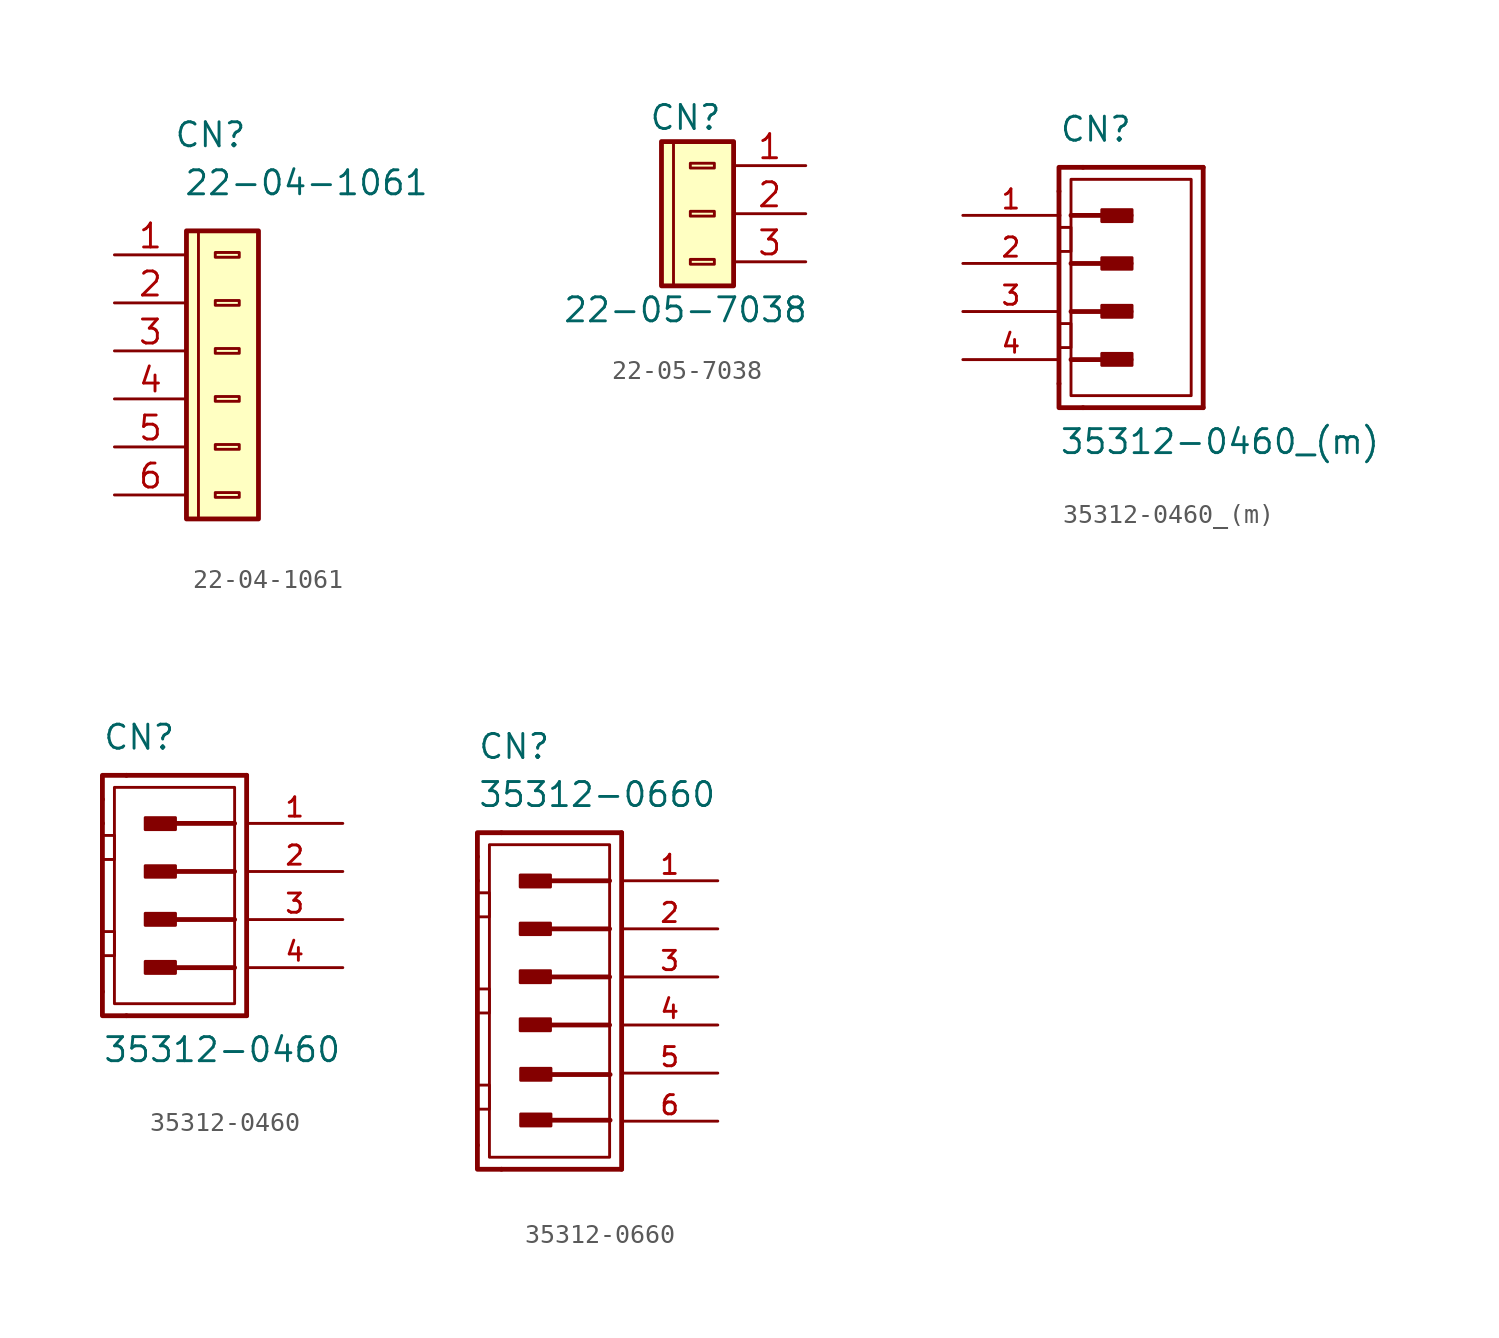
<source format=kicad_sym>
(kicad_symbol_lib
  (version 20231120)
  (generator "kicad_symbol_editor")
  (generator_version "8.0")
  (symbol "22-04-1061"
    (pin_names
      (offset 1.016) hide)
    (property "Reference" "CN"
      (at 0 8.89 0)
      (effects (font (size 1.27 1.27))))
    (property "Value" "22-04-1061"
      (at 5.08 6.35 0)
      (effects (font (size 1.27 1.27))))
    (symbol "22-04-1061_0_1"
      (polyline (pts (xy -0.635 3.81) (xy -0.635 -11.303)) (stroke (width 0) (type default)) (fill (type none))))
    (symbol "22-04-1061_1_1"
      (rectangle (start -1.27 3.81) (end 2.54 -11.43) (stroke (width 0.254) (type default)) (fill (type background)))
      (rectangle (start 0.254 -10.033) (end 1.524 -10.287) (stroke (width 0.152) (type default)) (fill (type none)))
      (rectangle (start 0.254 -7.493) (end 1.524 -7.747) (stroke (width 0.152) (type default)) (fill (type none)))
      (rectangle (start 0.254 -4.953) (end 1.524 -5.207) (stroke (width 0.152) (type default)) (fill (type none)))
      (rectangle (start 0.254 -2.413) (end 1.524 -2.667) (stroke (width 0.152) (type default)) (fill (type none)))
      (rectangle (start 0.254 0.127) (end 1.524 -0.127) (stroke (width 0.152) (type default)) (fill (type none)))
      (rectangle (start 0.254 2.667) (end 1.524 2.413) (stroke (width 0.152) (type default)) (fill (type none)))
      (pin passive line (at -5.08 2.54 0) (length 3.81) (name "1" (effects (font (size 1.27 1.27)))) (number "1" (effects (font (size 1.27 1.27)))))
      (pin passive line (at -5.08 0 0) (length 3.81) (name "2" (effects (font (size 1.27 1.27)))) (number "2" (effects (font (size 1.27 1.27)))))
      (pin passive line (at -5.08 -2.54 0) (length 3.81) (name "3" (effects (font (size 1.27 1.27)))) (number "3" (effects (font (size 1.27 1.27)))))
      (pin passive line (at -5.08 -5.08 0) (length 3.81) (name "4" (effects (font (size 1.27 1.27)))) (number "4" (effects (font (size 1.27 1.27)))))
      (pin passive line (at -5.08 -7.62 0) (length 3.81) (name "5" (effects (font (size 1.27 1.27)))) (number "5" (effects (font (size 1.27 1.27)))))
      (pin passive line (at -5.08 -10.16 0) (length 3.81) (name "6" (effects (font (size 1.27 1.27)))) (number "6" (effects (font (size 1.27 1.27)))))))
  (symbol "22-05-7038"
    (pin_names
      (offset 1.016) hide)
    (property "Reference" "CN"
      (at 0 5.08 0)
      (effects (font (size 1.27 1.27))))
    (property "Value" "22-05-7038"
      (at 0 -5.08 0)
      (effects (font (size 1.27 1.27))))
    (symbol "22-05-7038_0_1"
      (polyline (pts (xy -0.635 3.81) (xy -0.635 -3.81)) (stroke (width 0) (type default)) (fill (type none))))
    (symbol "22-05-7038_1_1"
      (rectangle (start -1.27 3.81) (end 2.54 -3.81) (stroke (width 0.254) (type default)) (fill (type background)))
      (rectangle (start 0.254 -2.413) (end 1.524 -2.667) (stroke (width 0.152) (type default)) (fill (type none)))
      (rectangle (start 0.254 0.127) (end 1.524 -0.127) (stroke (width 0.152) (type default)) (fill (type none)))
      (rectangle (start 0.254 2.667) (end 1.524 2.413) (stroke (width 0.152) (type default)) (fill (type none)))
      (pin passive line (at 6.35 2.54 180) (length 3.81) (name "Pin_1" (effects (font (size 1.27 1.27)))) (number "1" (effects (font (size 1.27 1.27)))))
      (pin passive line (at 6.35 0 180) (length 3.81) (name "Pin_2" (effects (font (size 1.27 1.27)))) (number "2" (effects (font (size 1.27 1.27)))))
      (pin passive line (at 6.35 -2.54 180) (length 3.81) (name "Pin_3" (effects (font (size 1.27 1.27)))) (number "3" (effects (font (size 1.27 1.27)))))))
  (symbol "35312-0460_(m)"
    (pin_names
      (offset 1.016) hide)
    (property "Reference" "CN"
      (at 0 6.35 0)
      (effects (font (size 1.27 1.27)) (justify left bottom)))
    (property "Value" "35312-0460_(m)"
      (at 0 -10.16 0)
      (effects (font (size 1.27 1.27)) (justify left bottom)))
    (symbol "35312-0460_(m)_0_0"
      (polyline (pts (xy 0 2.54) (xy 0 -6.35)) (stroke (width 0.254) (type default)) (fill (type none)))
      (polyline (pts (xy 0 3.81) (xy 0 2.54)) (stroke (width 0.254) (type default)) (fill (type none)))
      (polyline (pts (xy 0.635 -5.08) (xy 3.81 -5.08)) (stroke (width 0.254) (type default)) (fill (type none)))
      (polyline (pts (xy 0.635 -2.54) (xy 3.81 -2.54)) (stroke (width 0.254) (type default)) (fill (type none)))
      (polyline (pts (xy 0.635 0) (xy 3.81 0)) (stroke (width 0.254) (type default)) (fill (type none)))
      (polyline (pts (xy 0.635 2.54) (xy 3.81 2.54)) (stroke (width 0.254) (type default)) (fill (type none)))
      (polyline (pts (xy 1.27 -7.62) (xy 7.62 -7.62)) (stroke (width 0.254) (type default)) (fill (type none)))
      (polyline (pts (xy 7.62 -7.62) (xy 7.62 5.08)) (stroke (width 0.254) (type default)) (fill (type none)))
      (polyline (pts (xy 7.62 5.08) (xy 1.27 5.08)) (stroke (width 0.254) (type default)) (fill (type none)))
      (polyline (pts (xy 0 -6.35) (xy 0 -7.62) (xy 1.27 -7.62)) (stroke (width 0.254) (type default)) (fill (type none)))
      (polyline (pts (xy 0 3.81) (xy 0 5.08) (xy 1.27 5.08)) (stroke (width 0.254) (type default)) (fill (type none)))
      (rectangle (start 2.261 -5.385) (end 3.861 -4.75) (stroke (width 0) (type default)) (fill (type outline)))
      (rectangle (start 2.261 -2.845) (end 3.861 -2.21) (stroke (width 0) (type default)) (fill (type outline)))
      (rectangle (start 2.261 -0.305) (end 3.861 0.305) (stroke (width 0) (type default)) (fill (type outline)))
      (rectangle (start 2.261 2.21) (end 3.861 2.845) (stroke (width 0) (type default)) (fill (type outline)))
      (pin passive line (at -5.08 0 0) (length 5.08) (name "2" (effects (font (size 1.016 1.016)))) (number "2" (effects (font (size 1.016 1.016)))))
      (pin passive line (at -5.08 -5.08 0) (length 5.08) (name "4" (effects (font (size 1.016 1.016)))) (number "4" (effects (font (size 1.016 1.016))))))
    (symbol "35312-0460_(m)_0_1"
      (rectangle (start 0 -3.175) (end 0.635 -4.445) (stroke (width 0) (type default)) (fill (type none)))
      (rectangle (start 0 1.905) (end 0.635 0.635) (stroke (width 0) (type default)) (fill (type none)))
      (rectangle (start 0.635 4.445) (end 6.985 -6.985) (stroke (width 0) (type default)) (fill (type none))))
    (symbol "35312-0460_(m)_1_0"
      (pin passive line (at -5.08 2.54 0) (length 5.08) (name "1" (effects (font (size 1.016 1.016)))) (number "1" (effects (font (size 1.016 1.016)))))
      (pin passive line (at -5.08 -2.54 0) (length 5.08) (name "3" (effects (font (size 1.016 1.016)))) (number "3" (effects (font (size 1.016 1.016)))))))
  (symbol "35312-0460"
    (pin_names
      (offset 1.016) hide)
    (property "Reference" "CN"
      (at 0 6.35 0)
      (effects (font (size 1.27 1.27)) (justify left bottom)))
    (property "Value" "35312-0460"
      (at 0 -10.16 0)
      (effects (font (size 1.27 1.27)) (justify left bottom)))
    (symbol "35312-0460_0_0"
      (polyline (pts (xy 0 2.54) (xy 0 -6.35)) (stroke (width 0.254) (type default)) (fill (type none)))
      (polyline (pts (xy 0 3.81) (xy 0 2.54)) (stroke (width 0.254) (type default)) (fill (type none)))
      (polyline (pts (xy 1.27 -7.62) (xy 7.62 -7.62)) (stroke (width 0.254) (type default)) (fill (type none)))
      (polyline (pts (xy 3.81 -5.08) (xy 6.985 -5.08)) (stroke (width 0.254) (type default)) (fill (type none)))
      (polyline (pts (xy 3.81 -2.54) (xy 6.985 -2.54)) (stroke (width 0.254) (type default)) (fill (type none)))
      (polyline (pts (xy 3.81 0) (xy 6.985 0)) (stroke (width 0.254) (type default)) (fill (type none)))
      (polyline (pts (xy 3.81 2.54) (xy 6.985 2.54)) (stroke (width 0.254) (type default)) (fill (type none)))
      (polyline (pts (xy 7.62 -7.62) (xy 7.62 5.08)) (stroke (width 0.254) (type default)) (fill (type none)))
      (polyline (pts (xy 7.62 5.08) (xy 1.27 5.08)) (stroke (width 0.254) (type default)) (fill (type none)))
      (polyline (pts (xy 0 -6.35) (xy 0 -7.62) (xy 1.27 -7.62)) (stroke (width 0.254) (type default)) (fill (type none)))
      (polyline (pts (xy 0 3.81) (xy 0 5.08) (xy 1.27 5.08)) (stroke (width 0.254) (type default)) (fill (type none)))
      (rectangle (start 2.261 -5.385) (end 3.861 -4.75) (stroke (width 0) (type default)) (fill (type outline)))
      (rectangle (start 2.261 -2.845) (end 3.861 -2.21) (stroke (width 0) (type default)) (fill (type outline)))
      (rectangle (start 2.261 -0.305) (end 3.861 0.305) (stroke (width 0) (type default)) (fill (type outline)))
      (rectangle (start 2.261 2.21) (end 3.861 2.845) (stroke (width 0) (type default)) (fill (type outline)))
      (pin passive line (at 12.7 0 180) (length 5.08) (name "2" (effects (font (size 1.016 1.016)))) (number "2" (effects (font (size 1.016 1.016)))))
      (pin passive line (at 12.7 -5.08 180) (length 5.08) (name "4" (effects (font (size 1.016 1.016)))) (number "4" (effects (font (size 1.016 1.016))))))
    (symbol "35312-0460_0_1"
      (rectangle (start 0 -3.175) (end 0.635 -4.445) (stroke (width 0) (type default)) (fill (type none)))
      (rectangle (start 0 1.905) (end 0.635 0.635) (stroke (width 0) (type default)) (fill (type none)))
      (rectangle (start 0.635 4.445) (end 6.985 -6.985) (stroke (width 0) (type default)) (fill (type none))))
    (symbol "35312-0460_1_0"
      (pin passive line (at 12.7 2.54 180) (length 5.08) (name "1" (effects (font (size 1.016 1.016)))) (number "1" (effects (font (size 1.016 1.016)))))
      (pin passive line (at 12.7 -2.54 180) (length 5.08) (name "3" (effects (font (size 1.016 1.016)))) (number "3" (effects (font (size 1.016 1.016)))))))
  (symbol "35312-0660"
    (pin_names
      (offset 1.016) hide)
    (property "Reference" "CN"
      (at 0 8.89 0)
      (effects (font (size 1.27 1.27)) (justify left bottom)))
    (property "Value" "35312-0660"
      (at 0 6.35 0)
      (effects (font (size 1.27 1.27)) (justify left bottom)))
    (symbol "35312-0660_0_0"
      (polyline (pts (xy 0 2.54) (xy 0 -11.43)) (stroke (width 0.254) (type default)) (fill (type none)))
      (polyline (pts (xy 0 3.81) (xy 0 2.54)) (stroke (width 0.254) (type default)) (fill (type none)))
      (polyline (pts (xy 1.27 -12.7) (xy 7.62 -12.7)) (stroke (width 0.254) (type default)) (fill (type none)))
      (polyline (pts (xy 3.81 -5.08) (xy 6.985 -5.08)) (stroke (width 0.254) (type default)) (fill (type none)))
      (polyline (pts (xy 3.81 -2.54) (xy 6.985 -2.54)) (stroke (width 0.254) (type default)) (fill (type none)))
      (polyline (pts (xy 3.81 0) (xy 6.985 0)) (stroke (width 0.254) (type default)) (fill (type none)))
      (polyline (pts (xy 3.81 2.54) (xy 6.985 2.54)) (stroke (width 0.254) (type default)) (fill (type none)))
      (polyline (pts (xy 3.835 -10.109) (xy 7.01 -10.109)) (stroke (width 0.254) (type default)) (fill (type none)))
      (polyline (pts (xy 3.835 -7.696) (xy 7.01 -7.696)) (stroke (width 0.254) (type default)) (fill (type none)))
      (polyline (pts (xy 7.62 -12.7) (xy 7.62 5.08)) (stroke (width 0.254) (type default)) (fill (type none)))
      (polyline (pts (xy 7.62 5.08) (xy 1.27 5.08)) (stroke (width 0.254) (type default)) (fill (type none)))
      (polyline (pts (xy 0 -11.43) (xy 0 -12.7) (xy 1.27 -12.7)) (stroke (width 0.254) (type default)) (fill (type none)))
      (polyline (pts (xy 0 3.81) (xy 0 5.08) (xy 1.27 5.08)) (stroke (width 0.254) (type default)) (fill (type none)))
      (rectangle (start 2.261 -5.385) (end 3.861 -4.75) (stroke (width 0) (type default)) (fill (type outline)))
      (rectangle (start 2.261 -2.845) (end 3.861 -2.21) (stroke (width 0) (type default)) (fill (type outline)))
      (rectangle (start 2.261 -0.305) (end 3.861 0.305) (stroke (width 0) (type default)) (fill (type outline)))
      (rectangle (start 2.261 2.21) (end 3.861 2.845) (stroke (width 0) (type default)) (fill (type outline)))
      (rectangle (start 2.286 -10.414) (end 3.886 -9.779) (stroke (width 0) (type default)) (fill (type outline)))
      (rectangle (start 2.286 -8.001) (end 3.886 -7.366) (stroke (width 0) (type default)) (fill (type outline)))
      (pin passive line (at 12.7 2.54 180) (length 5.08) (name "1" (effects (font (size 1.016 1.016)))) (number "1" (effects (font (size 1.016 1.016)))))
      (pin passive line (at 12.7 0 180) (length 5.08) (name "2" (effects (font (size 1.016 1.016)))) (number "2" (effects (font (size 1.016 1.016)))))
      (pin passive line (at 12.7 -2.54 180) (length 5.08) (name "3" (effects (font (size 1.016 1.016)))) (number "3" (effects (font (size 1.016 1.016)))))
      (pin passive line (at 12.7 -5.08 180) (length 5.08) (name "4" (effects (font (size 1.016 1.016)))) (number "4" (effects (font (size 1.016 1.016)))))
      (pin passive line (at 12.7 -7.62 180) (length 5.08) (name "5" (effects (font (size 1.016 1.016)))) (number "5" (effects (font (size 1.016 1.016)))))
      (pin passive line (at 12.7 -10.16 180) (length 5.08) (name "6" (effects (font (size 1.016 1.016)))) (number "6" (effects (font (size 1.016 1.016))))))
    (symbol "35312-0660_0_1"
      (rectangle (start 0 -8.255) (end 0.635 -9.525) (stroke (width 0) (type default)) (fill (type none)))
      (rectangle (start 0 -3.175) (end 0.635 -4.445) (stroke (width 0) (type default)) (fill (type none)))
      (rectangle (start 0 1.905) (end 0.635 0.635) (stroke (width 0) (type default)) (fill (type none)))
      (rectangle (start 0.635 4.445) (end 6.985 -12.065) (stroke (width 0) (type default)) (fill (type none))))))
</source>
